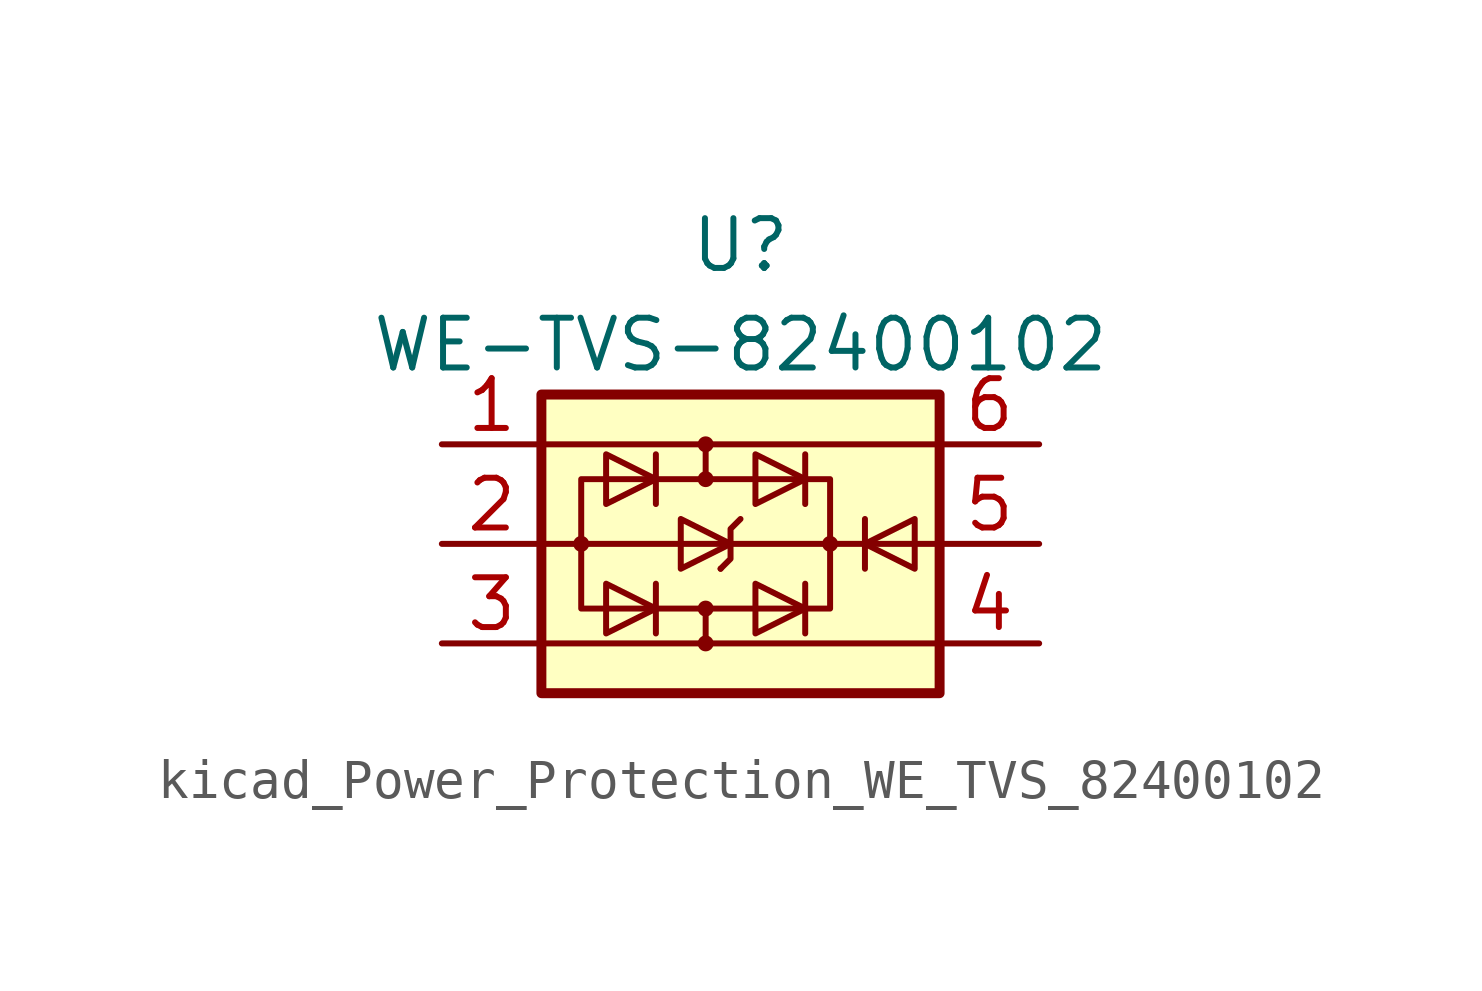
<source format=kicad_sym>
(kicad_symbol_lib
  (version 20220914)
  (generator kicad_symbol_editor)
  (symbol "kicad_Power_Protection_WE_TVS_82400102"
    (property "Reference" "U"
      (at 0 7.62 0)
      (effects (font (size 1.27 1.27))))
    (property "Value" "WE-TVS-82400102"
      (at 0 5.08 0)
      (effects (font (size 1.27 1.27))))
    (symbol "kicad_Power_Protection_WE_TVS_82400102_0_1"
      (circle (center -4.064 0) (radius 0.127) (stroke (width 0) (type default)) (fill (type none)))
      (rectangle (start -4.064 1.651) (end 2.286 -1.651) (stroke (width 0) (type default)) (fill (type none)))
      (circle (center -0.889 -2.54) (radius 0.127) (stroke (width 0) (type default)) (fill (type none)))
      (circle (center -0.889 -1.651) (radius 0.127) (stroke (width 0) (type default)) (fill (type none)))
      (circle (center -0.889 1.651) (radius 0.127) (stroke (width 0) (type default)) (fill (type none)))
      (circle (center -0.889 2.54) (radius 0.127) (stroke (width 0) (type default)) (fill (type none)))
      (polyline (pts (xy -5.08 -2.54) (xy 5.08 -2.54)) (stroke (width 0) (type default)) (fill (type none)))
      (polyline (pts (xy -5.08 2.54) (xy 5.08 2.54)) (stroke (width 0) (type default)) (fill (type none)))
      (polyline (pts (xy -4.064 0) (xy -5.08 0)) (stroke (width 0) (type default)) (fill (type none)))
      (polyline (pts (xy -4.064 0) (xy 2.286 0)) (stroke (width 0) (type default)) (fill (type outline)))
      (polyline (pts (xy -2.159 -1.016) (xy -2.159 -2.286)) (stroke (width 0) (type default)) (fill (type none)))
      (polyline (pts (xy -2.159 2.286) (xy -2.159 1.016)) (stroke (width 0) (type default)) (fill (type none)))
      (polyline (pts (xy -0.889 -1.651) (xy -0.889 -2.413)) (stroke (width 0) (type default)) (fill (type none)))
      (polyline (pts (xy -0.889 1.651) (xy -0.889 2.54)) (stroke (width 0) (type default)) (fill (type none)))
      (polyline (pts (xy -0.508 -0.635) (xy -0.508 -0.635)) (stroke (width 0) (type default)) (fill (type none)))
      (polyline (pts (xy 1.651 -1.016) (xy 1.651 -2.286)) (stroke (width 0) (type default)) (fill (type none)))
      (polyline (pts (xy 1.651 2.286) (xy 1.651 1.016)) (stroke (width 0) (type default)) (fill (type none)))
      (polyline (pts (xy 2.286 0) (xy 5.08 0)) (stroke (width 0) (type default)) (fill (type none)))
      (polyline (pts (xy -3.429 -1.016) (xy -3.429 -2.286) (xy -2.159 -1.651) (xy -3.429 -1.016)) (stroke (width 0) (type default)) (fill (type none)))
      (polyline (pts (xy -3.429 1.016) (xy -3.429 2.286) (xy -2.159 1.651) (xy -3.429 1.016)) (stroke (width 0) (type default)) (fill (type none)))
      (polyline (pts (xy 0 0.635) (xy -0.254 0.381) (xy -0.254 -0.381) (xy -0.508 -0.635)) (stroke (width 0) (type default)) (fill (type none)))
      (polyline (pts (xy 0.381 -1.016) (xy 0.381 -2.286) (xy 1.651 -1.651) (xy 0.381 -1.016)) (stroke (width 0) (type default)) (fill (type none)))
      (polyline (pts (xy 0.381 1.016) (xy 0.381 2.286) (xy 1.651 1.651) (xy 0.381 1.016)) (stroke (width 0) (type default)) (fill (type none)))
      (circle (center 2.286 0) (radius 0.127) (stroke (width 0) (type default)) (fill (type none))))
    (symbol "kicad_Power_Protection_WE_TVS_82400102_1_1"
      (rectangle (start -5.08 3.81) (end 5.08 -3.81) (stroke (width 0.254) (type default)) (fill (type background)))
      (polyline (pts (xy 3.175 0.635) (xy 3.175 -0.635)) (stroke (width 0) (type default)) (fill (type none)))
      (polyline (pts (xy -1.524 0.635) (xy -1.524 -0.635) (xy -0.254 0) (xy -1.524 0.635)) (stroke (width 0) (type default)) (fill (type none)))
      (polyline (pts (xy 4.445 0.635) (xy 4.445 -0.635) (xy 3.175 0) (xy 4.445 0.635)) (stroke (width 0) (type default)) (fill (type none)))
      (pin passive line (at -7.62 2.54 0) (length 2.54) (name "~" (effects (font (size 1.27 1.27)))) (number "1" (effects (font (size 1.27 1.27)))))
      (pin passive line (at -7.62 0 0) (length 2.54) (name "~" (effects (font (size 1.27 1.27)))) (number "2" (effects (font (size 1.27 1.27)))))
      (pin passive line (at -7.62 -2.54 0) (length 2.54) (name "~" (effects (font (size 1.27 1.27)))) (number "3" (effects (font (size 1.27 1.27)))))
      (pin passive line (at 7.62 -2.54 180) (length 2.54) (name "~" (effects (font (size 1.27 1.27)))) (number "4" (effects (font (size 1.27 1.27)))))
      (pin passive line (at 7.62 0 180) (length 2.54) (name "~" (effects (font (size 1.27 1.27)))) (number "5" (effects (font (size 1.27 1.27)))))
      (pin passive line (at 7.62 2.54 180) (length 2.54) (name "~" (effects (font (size 1.27 1.27)))) (number "6" (effects (font (size 1.27 1.27))))))))
</source>
